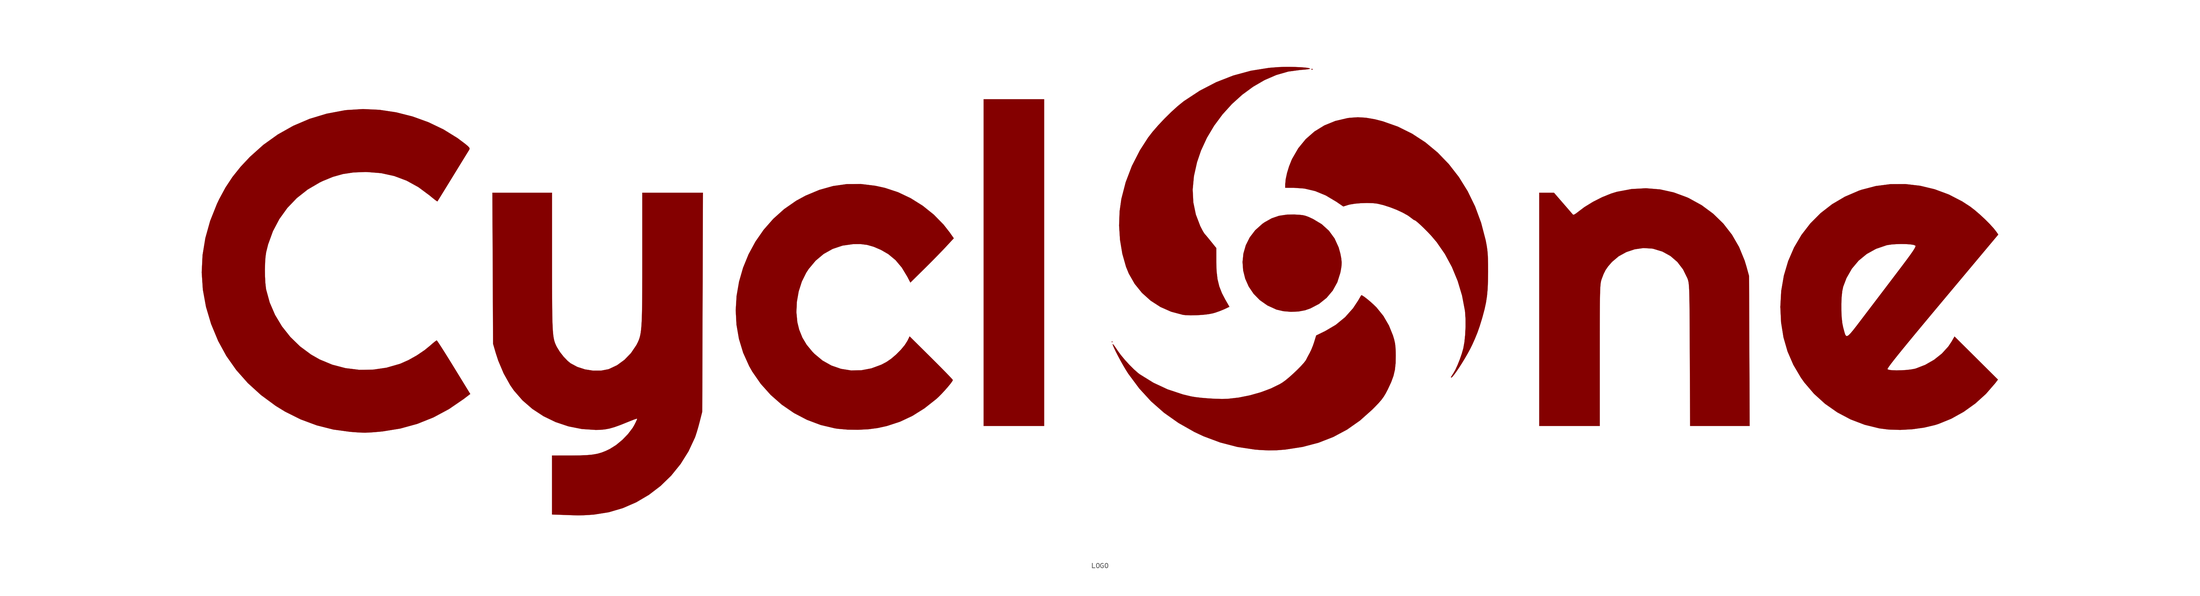
<source format=kicad_sym>
(kicad_symbol_lib
  (version 20220914)
  (generator "bitmap2component")
  (generator_version "8.0")
  (symbol "LOGO"
    (pin_names
      (offset 1.016))
    (property "Reference" "#G"
      (at 0 48.913 0)
      (effects (font (size 1.27 1.27)) hide))
    (symbol "LOGO_0_0"
      (polyline (pts (xy -92.632 -43.41) (xy -91.661 -43.358) (xy -90.701 -43.283) (xy -88.058 -42.864) (xy -85.499 -42.113) (xy -83.059 -41.051) (xy -80.765 -39.699) (xy -78.642 -38.077) (xy -76.718 -36.206) (xy -75.021 -34.106) (xy -73.576 -31.798) (xy -72.411 -29.303) (xy -72.296 -28.986) (xy -72.059 -28.25) (xy -71.801 -27.37) (xy -71.561 -26.473) (xy -71.085 -24.595) (xy -71.022 -4.696) (xy -70.959 15.204) (xy -76.462 15.204) (xy -81.965 15.204) (xy -81.965 3.212) (xy -81.965 2.315) (xy -81.966 -0.115) (xy -81.972 -2.223) (xy -81.983 -4.037) (xy -82.001 -5.584) (xy -82.028 -6.891) (xy -82.066 -7.985) (xy -82.116 -8.893) (xy -82.18 -9.643) (xy -82.26 -10.261) (xy -82.358 -10.775) (xy -82.475 -11.212) (xy -82.613 -11.599) (xy -82.774 -11.963) (xy -82.96 -12.332) (xy -83.06 -12.518) (xy -84.017 -13.932) (xy -85.2 -15.16) (xy -86.547 -16.144) (xy -87.996 -16.828) (xy -88.142 -16.877) (xy -89.459 -17.13) (xy -90.903 -17.134) (xy -92.372 -16.903) (xy -93.766 -16.453) (xy -94.984 -15.797) (xy -95.523 -15.358) (xy -96.255 -14.595) (xy -96.938 -13.719) (xy -97.47 -12.852) (xy -97.589 -12.618) (xy -97.736 -12.298) (xy -97.864 -11.966) (xy -97.972 -11.596) (xy -98.063 -11.16) (xy -98.139 -10.633) (xy -98.2 -9.986) (xy -98.248 -9.195) (xy -98.285 -8.232) (xy -98.312 -7.071) (xy -98.331 -5.685) (xy -98.343 -4.048) (xy -98.35 -2.133) (xy -98.354 0.087) (xy -98.355 2.638) (xy -98.357 15.204) (xy -103.77 15.204) (xy -109.183 15.204) (xy -109.121 1.476) (xy -109.06 -12.253) (xy -108.566 -13.952) (xy -108.118 -15.325) (xy -107.139 -17.638) (xy -105.953 -19.765) (xy -105.276 -20.742) (xy -103.72 -22.53) (xy -101.916 -24.094) (xy -99.9 -25.415) (xy -97.708 -26.476) (xy -95.375 -27.257) (xy -92.937 -27.739) (xy -90.43 -27.904) (xy -89.621 -27.887) (xy -88.767 -27.809) (xy -87.929 -27.652) (xy -87.021 -27.393) (xy -85.96 -27.013) (xy -84.662 -26.49) (xy -84.144 -26.279) (xy -83.518 -26.038) (xy -83.078 -25.885) (xy -82.895 -25.847) (xy -82.893 -25.852) (xy -82.953 -26.055) (xy -83.144 -26.48) (xy -83.428 -27.042) (xy -83.73 -27.553) (xy -84.562 -28.649) (xy -85.591 -29.712) (xy -86.716 -30.645) (xy -87.838 -31.351) (xy -88.597 -31.718) (xy -89.364 -32.02) (xy -90.153 -32.241) (xy -91.033 -32.393) (xy -92.071 -32.488) (xy -93.334 -32.538) (xy -94.89 -32.552) (xy -98.357 -32.555) (xy -98.357 -37.914) (xy -98.357 -43.274) (xy -96.691 -43.333) (xy -96.476 -43.34) (xy -95.532 -43.373) (xy -94.6 -43.405) (xy -93.854 -43.429) (xy -93.471 -43.432) (xy -92.632 -43.41)) (stroke (width 0.01) (type default)) (fill (type outline)))
      (polyline (pts (xy 33.219 -31.599) (xy 34.738 -31.479) (xy 34.82 -31.47) (xy 37.923 -30.989) (xy 40.808 -30.23) (xy 43.493 -29.184) (xy 45.997 -27.843) (xy 48.338 -26.199) (xy 50.534 -24.242) (xy 51.03 -23.746) (xy 51.716 -23.031) (xy 52.232 -22.435) (xy 52.639 -21.879) (xy 53 -21.284) (xy 53.373 -20.57) (xy 53.403 -20.51) (xy 54.004 -19.22) (xy 54.419 -18.087) (xy 54.675 -16.988) (xy 54.804 -15.799) (xy 54.833 -14.399) (xy 54.823 -13.738) (xy 54.784 -12.869) (xy 54.699 -12.16) (xy 54.551 -11.489) (xy 54.325 -10.732) (xy 53.598 -8.932) (xy 52.58 -7.18) (xy 51.355 -5.663) (xy 51.306 -5.612) (xy 50.777 -5.097) (xy 50.194 -4.574) (xy 49.618 -4.094) (xy 49.114 -3.708) (xy 48.744 -3.467) (xy 48.572 -3.422) (xy 48.502 -3.535) (xy 48.296 -3.887) (xy 48.012 -4.382) (xy 47.075 -5.801) (xy 45.633 -7.42) (xy 43.94 -8.809) (xy 42.035 -9.932) (xy 40.385 -10.739) (xy 40.016 -11.945) (xy 39.802 -12.572) (xy 39.49 -13.343) (xy 39.192 -13.954) (xy 39.039 -14.228) (xy 38.755 -14.758) (xy 38.567 -15.136) (xy 38.5 -15.257) (xy 38.159 -15.705) (xy 37.624 -16.297) (xy 36.96 -16.971) (xy 36.228 -17.668) (xy 35.492 -18.328) (xy 34.813 -18.889) (xy 34.255 -19.292) (xy 33.755 -19.592) (xy 32.158 -20.374) (xy 30.327 -21.058) (xy 28.352 -21.616) (xy 26.323 -22.023) (xy 24.329 -22.252) (xy 24.224 -22.258) (xy 23.269 -22.276) (xy 22.107 -22.247) (xy 20.851 -22.177) (xy 19.614 -22.076) (xy 18.511 -21.95) (xy 17.654 -21.807) (xy 16.196 -21.455) (xy 13.421 -20.537) (xy 10.823 -19.324) (xy 8.361 -17.798) (xy 8.043 -17.556) (xy 7.291 -16.891) (xy 6.46 -16.06) (xy 5.633 -15.152) (xy 4.89 -14.255) (xy 4.315 -13.457) (xy 4.089 -13.114) (xy 3.747 -12.628) (xy 3.511 -12.339) (xy 3.423 -12.301) (xy 3.465 -12.479) (xy 3.659 -12.952) (xy 3.977 -13.621) (xy 4.385 -14.421) (xy 4.848 -15.287) (xy 5.333 -16.152) (xy 5.804 -16.951) (xy 6.226 -17.619) (xy 6.309 -17.742) (xy 8.264 -20.37) (xy 10.406 -22.709) (xy 12.768 -24.788) (xy 15.38 -26.634) (xy 18.273 -28.275) (xy 19.93 -29.055) (xy 22.946 -30.182) (xy 26.055 -30.992) (xy 29.192 -31.466) (xy 30.206 -31.552) (xy 31.761 -31.623) (xy 33.219 -31.599)) (stroke (width 0.01) (type default)) (fill (type outline)))
      (polyline (pts (xy -131.666 -28.383) (xy -130.951 -28.336) (xy -130.02 -28.261) (xy -129.147 -28.178) (xy -125.916 -27.655) (xy -122.83 -26.806) (xy -119.884 -25.628) (xy -117.07 -24.118) (xy -114.381 -22.273) (xy -113.2 -21.37) (xy -116.182 -16.5) (xy -116.589 -15.837) (xy -117.291 -14.704) (xy -117.924 -13.694) (xy -118.464 -12.845) (xy -118.888 -12.194) (xy -119.173 -11.776) (xy -119.295 -11.629) (xy -119.338 -11.646) (xy -119.605 -11.835) (xy -120.041 -12.19) (xy -120.575 -12.655) (xy -121.496 -13.405) (xy -122.904 -14.359) (xy -124.407 -15.204) (xy -125.855 -15.848) (xy -126.023 -15.91) (xy -128.429 -16.599) (xy -130.9 -16.955) (xy -133.393 -16.98) (xy -135.862 -16.677) (xy -138.262 -16.048) (xy -140.55 -15.095) (xy -142.113 -14.204) (xy -144.089 -12.74) (xy -145.856 -11.025) (xy -147.386 -9.096) (xy -148.649 -6.992) (xy -149.615 -4.753) (xy -150.256 -2.415) (xy -150.3 -2.159) (xy -150.407 -1.187) (xy -150.469 -0.022) (xy -150.486 1.228) (xy -150.456 2.451) (xy -150.381 3.539) (xy -150.261 4.382) (xy -149.908 5.8) (xy -149.035 8.201) (xy -147.864 10.421) (xy -146.411 12.439) (xy -144.69 14.234) (xy -142.718 15.787) (xy -140.511 17.077) (xy -140.017 17.316) (xy -138.146 18.087) (xy -136.318 18.601) (xy -134.414 18.887) (xy -132.314 18.971) (xy -131.936 18.967) (xy -129.387 18.76) (xy -126.999 18.238) (xy -124.749 17.392) (xy -122.614 16.214) (xy -120.572 14.696) (xy -120.197 14.383) (xy -119.684 13.973) (xy -119.322 13.704) (xy -119.17 13.623) (xy -119.159 13.638) (xy -119.007 13.878) (xy -118.698 14.374) (xy -118.257 15.089) (xy -117.706 15.983) (xy -117.07 17.018) (xy -116.372 18.156) (xy -116.206 18.427) (xy -115.507 19.566) (xy -114.868 20.608) (xy -114.312 21.512) (xy -113.867 22.236) (xy -113.557 22.738) (xy -113.409 22.977) (xy -113.32 23.177) (xy -113.371 23.385) (xy -113.619 23.66) (xy -114.11 24.073) (xy -115.522 25.134) (xy -118.06 26.703) (xy -120.792 28.015) (xy -123.669 29.055) (xy -126.642 29.81) (xy -129.662 30.266) (xy -132.682 30.409) (xy -135.651 30.225) (xy -136.056 30.174) (xy -139.279 29.567) (xy -142.381 28.627) (xy -145.344 27.363) (xy -148.149 25.784) (xy -150.777 23.9) (xy -153.209 21.719) (xy -154.885 19.934) (xy -156.365 18.085) (xy -157.641 16.153) (xy -158.784 14.041) (xy -159.198 13.169) (xy -160.428 10.08) (xy -161.298 6.972) (xy -161.808 3.851) (xy -161.96 0.722) (xy -161.752 -2.409) (xy -161.184 -5.535) (xy -160.257 -8.65) (xy -158.971 -11.748) (xy -157.492 -14.454) (xy -155.689 -17.016) (xy -153.585 -19.391) (xy -151.193 -21.568) (xy -148.523 -23.535) (xy -146.822 -24.579) (xy -144.004 -25.986) (xy -141.071 -27.076) (xy -138.062 -27.835) (xy -135.016 -28.249) (xy -134.468 -28.292) (xy -133.567 -28.357) (xy -132.87 -28.394) (xy -132.271 -28.402) (xy -131.666 -28.383)) (stroke (width 0.01) (type default)) (fill (type outline)))
      (polyline (pts (xy -40.944 -27.783) (xy -39.256 -27.564) (xy -37.562 -27.191) (xy -35.188 -26.417) (xy -32.932 -25.357) (xy -30.747 -23.987) (xy -28.586 -22.284) (xy -28.168 -21.897) (xy -27.606 -21.329) (xy -27.023 -20.7) (xy -26.474 -20.073) (xy -26.014 -19.511) (xy -25.698 -19.077) (xy -25.58 -18.834) (xy -25.604 -18.795) (xy -25.828 -18.538) (xy -26.264 -18.074) (xy -26.881 -17.436) (xy -27.647 -16.656) (xy -28.532 -15.765) (xy -29.505 -14.795) (xy -33.43 -10.901) (xy -33.817 -11.692) (xy -33.83 -11.719) (xy -34.32 -12.489) (xy -35.032 -13.345) (xy -35.879 -14.2) (xy -36.776 -14.967) (xy -37.634 -15.557) (xy -38.562 -16.044) (xy -40.377 -16.718) (xy -42.231 -17.067) (xy -44.084 -17.094) (xy -45.897 -16.805) (xy -47.63 -16.205) (xy -49.244 -15.296) (xy -50.698 -14.085) (xy -51.109 -13.661) (xy -52.134 -12.415) (xy -52.903 -11.124) (xy -53.484 -9.681) (xy -53.817 -8.326) (xy -53.989 -6.508) (xy -53.903 -4.614) (xy -53.571 -2.732) (xy -53.002 -0.948) (xy -52.209 0.654) (xy -51.758 1.344) (xy -50.493 2.857) (xy -49.038 4.077) (xy -47.409 4.992) (xy -45.626 5.591) (xy -43.705 5.864) (xy -42.352 5.873) (xy -41.13 5.721) (xy -39.933 5.375) (xy -38.619 4.809) (xy -37.297 4.043) (xy -35.986 2.954) (xy -34.846 1.595) (xy -33.841 -0.071) (xy -33.294 -1.126) (xy -30.776 1.36) (xy -30.052 2.079) (xy -29.122 3.015) (xy -28.226 3.929) (xy -27.438 4.744) (xy -26.833 5.385) (xy -25.408 6.925) (xy -26.17 8.007) (xy -27.268 9.412) (xy -29.039 11.221) (xy -31.047 12.832) (xy -33.236 14.206) (xy -35.547 15.303) (xy -37.923 16.084) (xy -39.64 16.462) (xy -42.274 16.787) (xy -44.83 16.773) (xy -47.337 16.417) (xy -49.827 15.717) (xy -52.331 14.668) (xy -54.04 13.738) (xy -56.222 12.218) (xy -58.188 10.454) (xy -59.925 8.476) (xy -61.425 6.316) (xy -62.677 4.004) (xy -63.671 1.569) (xy -64.397 -0.956) (xy -64.845 -3.542) (xy -65.004 -6.158) (xy -64.866 -8.774) (xy -64.419 -11.359) (xy -63.654 -13.882) (xy -62.56 -16.314) (xy -61.993 -17.314) (xy -60.459 -19.527) (xy -58.665 -21.533) (xy -56.645 -23.31) (xy -54.433 -24.831) (xy -52.062 -26.072) (xy -49.568 -27.01) (xy -46.983 -27.619) (xy -46.477 -27.694) (xy -44.711 -27.849) (xy -42.815 -27.878) (xy -40.944 -27.783)) (stroke (width 0.01) (type default)) (fill (type outline)))
      (polyline (pts (xy 148.6 -27.782) (xy 150.757 -27.483) (xy 152.755 -27.012) (xy 153.348 -26.825) (xy 155.688 -25.872) (xy 157.949 -24.614) (xy 160.071 -23.095) (xy 161.993 -21.356) (xy 163.653 -19.44) (xy 164.171 -18.757) (xy 160.229 -14.839) (xy 156.287 -10.922) (xy 155.749 -11.856) (xy 155.157 -12.745) (xy 153.988 -14.03) (xy 152.57 -15.156) (xy 150.965 -16.077) (xy 149.237 -16.745) (xy 149.045 -16.796) (xy 148.352 -16.921) (xy 147.516 -17.012) (xy 146.621 -17.067) (xy 145.749 -17.084) (xy 144.985 -17.06) (xy 144.41 -16.994) (xy 144.11 -16.882) (xy 144.104 -16.869) (xy 144.163 -16.719) (xy 144.364 -16.409) (xy 144.716 -15.927) (xy 145.228 -15.262) (xy 145.91 -14.403) (xy 146.771 -13.338) (xy 147.819 -12.057) (xy 149.064 -10.547) (xy 150.515 -8.799) (xy 152.18 -6.8) (xy 154.069 -4.54) (xy 164.231 7.602) (xy 163.858 8.139) (xy 163.403 8.718) (xy 162.678 9.517) (xy 161.808 10.388) (xy 160.871 11.258) (xy 159.945 12.052) (xy 159.107 12.695) (xy 157.689 13.618) (xy 155.254 14.877) (xy 152.698 15.827) (xy 150.058 16.462) (xy 147.37 16.777) (xy 144.673 16.765) (xy 142.002 16.421) (xy 139.395 15.739) (xy 138.907 15.57) (xy 136.379 14.483) (xy 134.06 13.117) (xy 131.965 11.491) (xy 130.106 9.625) (xy 128.497 7.538) (xy 127.151 5.249) (xy 126.081 2.777) (xy 125.3 0.141) (xy 124.822 -2.639) (xy 124.693 -4.957) (xy 135.734 -4.957) (xy 135.789 -3.744) (xy 135.902 -2.685) (xy 136.071 -1.878) (xy 136.669 -0.31) (xy 137.644 1.394) (xy 138.875 2.86) (xy 140.344 4.069) (xy 142.032 5.006) (xy 143.921 5.651) (xy 144.101 5.691) (xy 144.825 5.796) (xy 145.688 5.86) (xy 146.606 5.884) (xy 147.497 5.869) (xy 148.278 5.815) (xy 148.867 5.723) (xy 149.179 5.595) (xy 149.2 5.563) (xy 149.181 5.389) (xy 149.031 5.076) (xy 148.73 4.596) (xy 148.261 3.921) (xy 147.604 3.023) (xy 146.742 1.872) (xy 146.601 1.686) (xy 145.759 0.574) (xy 144.767 -0.735) (xy 143.68 -2.168) (xy 142.554 -3.651) (xy 141.446 -5.109) (xy 140.411 -6.47) (xy 140.34 -6.563) (xy 139.341 -7.88) (xy 138.54 -8.934) (xy 137.911 -9.742) (xy 137.429 -10.319) (xy 137.069 -10.681) (xy 136.806 -10.846) (xy 136.615 -10.828) (xy 136.471 -10.645) (xy 136.348 -10.312) (xy 136.221 -9.845) (xy 136.065 -9.261) (xy 135.913 -8.512) (xy 135.796 -7.441) (xy 135.737 -6.222) (xy 135.734 -4.957) (xy 124.693 -4.957) (xy 124.66 -5.545) (xy 124.799 -8.383) (xy 125.233 -11.094) (xy 125.969 -13.646) (xy 127.018 -16.07) (xy 128.387 -18.396) (xy 129.011 -19.276) (xy 130.77 -21.335) (xy 132.776 -23.153) (xy 134.999 -24.711) (xy 137.407 -25.989) (xy 139.971 -26.968) (xy 142.658 -27.627) (xy 144.285 -27.833) (xy 146.403 -27.901) (xy 148.6 -27.782)) (stroke (width 0.01) (type default)) (fill (type outline)))
      (polyline (pts (xy -9.007 2.504) (xy -9.007 32.197) (xy -14.501 32.197) (xy -19.996 32.197) (xy -19.996 2.504) (xy -19.996 -27.189) (xy -14.501 -27.189) (xy -9.007 -27.189) (xy -9.007 2.504)) (stroke (width 0.01) (type default)) (fill (type outline)))
      (polyline (pts (xy 91.872 -14.338) (xy 91.873 -12.324) (xy 91.874 -10.131) (xy 91.877 -8.249) (xy 91.883 -6.65) (xy 91.891 -5.309) (xy 91.903 -4.2) (xy 91.92 -3.296) (xy 91.942 -2.57) (xy 91.969 -1.998) (xy 92.003 -1.551) (xy 92.043 -1.205) (xy 92.091 -0.933) (xy 92.148 -0.708) (xy 92.213 -0.504) (xy 92.215 -0.498) (xy 92.569 0.435) (xy 92.934 1.162) (xy 93.398 1.826) (xy 94.044 2.57) (xy 94.112 2.643) (xy 95.297 3.645) (xy 96.692 4.415) (xy 98.219 4.925) (xy 99.797 5.149) (xy 101.347 5.058) (xy 101.607 5.01) (xy 103.25 4.508) (xy 104.709 3.704) (xy 105.966 2.617) (xy 106.998 1.264) (xy 107.785 -0.339) (xy 107.818 -0.426) (xy 107.887 -0.623) (xy 107.946 -0.838) (xy 107.997 -1.095) (xy 108.04 -1.422) (xy 108.076 -1.844) (xy 108.106 -2.388) (xy 108.13 -3.079) (xy 108.151 -3.945) (xy 108.167 -5.011) (xy 108.181 -6.304) (xy 108.193 -7.849) (xy 108.204 -9.674) (xy 108.214 -11.804) (xy 108.225 -14.265) (xy 108.281 -27.189) (xy 113.685 -27.189) (xy 119.089 -27.189) (xy 119.032 -13.55) (xy 118.976 0.089) (xy 118.501 1.81) (xy 118.173 2.885) (xy 117.172 5.328) (xy 115.88 7.569) (xy 114.308 9.594) (xy 112.468 11.387) (xy 110.374 12.935) (xy 108.037 14.222) (xy 107.754 14.352) (xy 105.323 15.253) (xy 102.815 15.808) (xy 100.248 16.015) (xy 97.639 15.872) (xy 95.007 15.379) (xy 93.938 15.054) (xy 92.298 14.389) (xy 90.64 13.548) (xy 89.085 12.592) (xy 87.752 11.583) (xy 87.568 11.437) (xy 87.216 11.226) (xy 87.018 11.21) (xy 86.989 11.245) (xy 86.762 11.507) (xy 86.362 11.97) (xy 85.835 12.579) (xy 85.226 13.281) (xy 83.561 15.204) (xy 82.222 15.204) (xy 80.884 15.204) (xy 80.884 -5.992) (xy 80.884 -27.189) (xy 86.378 -27.189) (xy 91.872 -27.189) (xy 91.872 -14.338)) (stroke (width 0.01) (type default)) (fill (type outline)))
      (polyline (pts (xy 65.105 -18.258) (xy 65.43 -17.871) (xy 65.85 -17.296) (xy 66.336 -16.578) (xy 66.858 -15.761) (xy 67.388 -14.891) (xy 67.896 -14.011) (xy 68.354 -13.167) (xy 68.731 -12.402) (xy 69.205 -11.345) (xy 69.662 -10.224) (xy 70.06 -9.093) (xy 70.464 -7.781) (xy 70.6 -7.311) (xy 70.954 -5.984) (xy 71.216 -4.773) (xy 71.398 -3.583) (xy 71.514 -2.319) (xy 71.576 -0.888) (xy 71.596 0.805) (xy 71.596 0.871) (xy 71.592 2.197) (xy 71.57 3.252) (xy 71.525 4.118) (xy 71.451 4.878) (xy 71.341 5.614) (xy 71.191 6.41) (xy 71.145 6.632) (xy 70.33 9.752) (xy 69.24 12.707) (xy 67.89 15.479) (xy 66.296 18.049) (xy 64.474 20.397) (xy 62.441 22.506) (xy 60.212 24.357) (xy 57.803 25.93) (xy 55.231 27.208) (xy 52.511 28.172) (xy 51.032 28.552) (xy 49.421 28.831) (xy 47.935 28.917) (xy 46.485 28.819) (xy 46.034 28.755) (xy 43.859 28.245) (xy 41.866 27.433) (xy 40.071 26.328) (xy 38.489 24.943) (xy 37.136 23.288) (xy 36.029 21.375) (xy 35.913 21.126) (xy 35.46 19.982) (xy 35.096 18.79) (xy 34.855 17.668) (xy 34.767 16.734) (xy 34.767 16.099) (xy 36.36 16.099) (xy 38.237 15.963) (xy 40.203 15.504) (xy 42.128 14.709) (xy 44.045 13.567) (xy 45.306 12.703) (xy 46.206 12.984) (xy 46.521 13.066) (xy 47.41 13.211) (xy 48.476 13.305) (xy 49.593 13.34) (xy 50.636 13.313) (xy 51.48 13.218) (xy 52.558 12.962) (xy 53.777 12.573) (xy 54.993 12.099) (xy 56.119 11.577) (xy 57.066 11.044) (xy 57.747 10.539) (xy 58.043 10.306) (xy 58.288 10.192) (xy 58.443 10.11) (xy 58.815 9.811) (xy 59.336 9.342) (xy 59.951 8.752) (xy 60.608 8.092) (xy 61.252 7.413) (xy 62.264 6.221) (xy 63.747 4.077) (xy 65.027 1.706) (xy 66.078 -0.836) (xy 66.873 -3.491) (xy 67.389 -6.204) (xy 67.422 -6.48) (xy 67.504 -7.741) (xy 67.508 -9.156) (xy 67.439 -10.599) (xy 67.302 -11.941) (xy 67.103 -13.058) (xy 67.09 -13.111) (xy 66.818 -14.063) (xy 66.457 -15.1) (xy 66.052 -16.114) (xy 65.644 -16.996) (xy 65.276 -17.639) (xy 65.173 -17.792) (xy 64.943 -18.158) (xy 64.851 -18.343) (xy 64.903 -18.413) (xy 65.105 -18.258)) (stroke (width 0.01) (type default)) (fill (type outline)))
      (polyline (pts (xy 3.423 -11.895) (xy 3.333 -11.806) (xy 3.243 -11.895) (xy 3.333 -11.985) (xy 3.423 -11.895)) (stroke (width 0.01) (type default)) (fill (type outline)))
      (polyline (pts (xy 18.692 -7.059) (xy 19.821 -6.985) (xy 20.857 -6.864) (xy 21.678 -6.702) (xy 22.082 -6.583) (xy 22.929 -6.286) (xy 23.681 -5.973) (xy 24.633 -5.525) (xy 23.862 -4.182) (xy 23.271 -3.048) (xy 22.791 -1.816) (xy 22.476 -0.524) (xy 22.302 0.924) (xy 22.249 2.622) (xy 22.247 5.154) (xy 21.259 6.378) (xy 21.067 6.615) (xy 20.639 7.138) (xy 20.319 7.52) (xy 20.165 7.691) (xy 20.155 7.7) (xy 19.992 7.929) (xy 19.761 8.318) (xy 19.339 9.137) (xy 18.537 11.239) (xy 18.077 13.451) (xy 17.96 15.774) (xy 18.186 18.207) (xy 18.754 20.749) (xy 19.469 22.85) (xy 20.543 25.176) (xy 21.857 27.381) (xy 23.383 29.439) (xy 25.09 31.323) (xy 26.951 33.008) (xy 28.934 34.467) (xy 31.012 35.674) (xy 33.154 36.602) (xy 35.331 37.226) (xy 37.514 37.519) (xy 37.998 37.551) (xy 38.654 37.614) (xy 39.104 37.685) (xy 39.271 37.752) (xy 39.218 37.802) (xy 38.876 37.887) (xy 38.271 37.959) (xy 37.467 38.016) (xy 36.526 38.054) (xy 35.51 38.072) (xy 34.482 38.065) (xy 33.506 38.03) (xy 31.826 37.897) (xy 28.531 37.372) (xy 25.332 36.503) (xy 22.236 35.293) (xy 19.255 33.747) (xy 16.395 31.867) (xy 16.289 31.788) (xy 15.236 30.933) (xy 14.069 29.873) (xy 12.868 28.691) (xy 11.714 27.466) (xy 10.686 26.283) (xy 9.866 25.221) (xy 8.375 22.903) (xy 6.921 20.059) (xy 5.797 17.108) (xy 5.016 14.082) (xy 4.696 11.818) (xy 4.603 9.236) (xy 4.771 6.631) (xy 5.192 4.098) (xy 5.861 1.736) (xy 6.365 0.503) (xy 7.424 -1.35) (xy 8.753 -2.994) (xy 10.322 -4.405) (xy 12.101 -5.557) (xy 14.061 -6.424) (xy 16.17 -6.982) (xy 16.645 -7.042) (xy 17.593 -7.08) (xy 18.692 -7.059)) (stroke (width 0.01) (type default)) (fill (type outline)))
      (polyline (pts (xy 37.166 -6.383) (xy 38.383 -6.154) (xy 39.332 -5.823) (xy 40.909 -4.998) (xy 42.269 -3.91) (xy 43.384 -2.589) (xy 44.224 -1.066) (xy 44.763 0.629) (xy 44.837 0.99) (xy 44.976 1.826) (xy 45.011 2.527) (xy 44.944 3.249) (xy 44.775 4.143) (xy 44.462 5.274) (xy 43.725 6.888) (xy 42.698 8.296) (xy 41.394 9.48) (xy 39.828 10.423) (xy 39.821 10.426) (xy 39.08 10.772) (xy 38.503 10.994) (xy 37.958 11.125) (xy 37.315 11.196) (xy 36.442 11.239) (xy 35.108 11.227) (xy 33.644 11.013) (xy 32.311 10.556) (xy 31.018 9.832) (xy 30.597 9.536) (xy 29.313 8.385) (xy 28.318 7.079) (xy 27.607 5.657) (xy 27.176 4.157) (xy 27.018 2.619) (xy 27.129 1.079) (xy 27.503 -0.423) (xy 28.136 -1.849) (xy 29.021 -3.159) (xy 30.155 -4.317) (xy 31.532 -5.284) (xy 33.146 -6.02) (xy 33.219 -6.045) (xy 34.43 -6.325) (xy 35.797 -6.439) (xy 37.166 -6.383)) (stroke (width 0.01) (type default)) (fill (type outline)))
      (polyline (pts (xy 39.727 37.576) (xy 39.751 37.683) (xy 39.725 37.704) (xy 39.511 37.683) (xy 39.483 37.629) (xy 39.631 37.563) (xy 39.727 37.576)) (stroke (width 0.01) (type default)) (fill (type outline))))))
</source>
